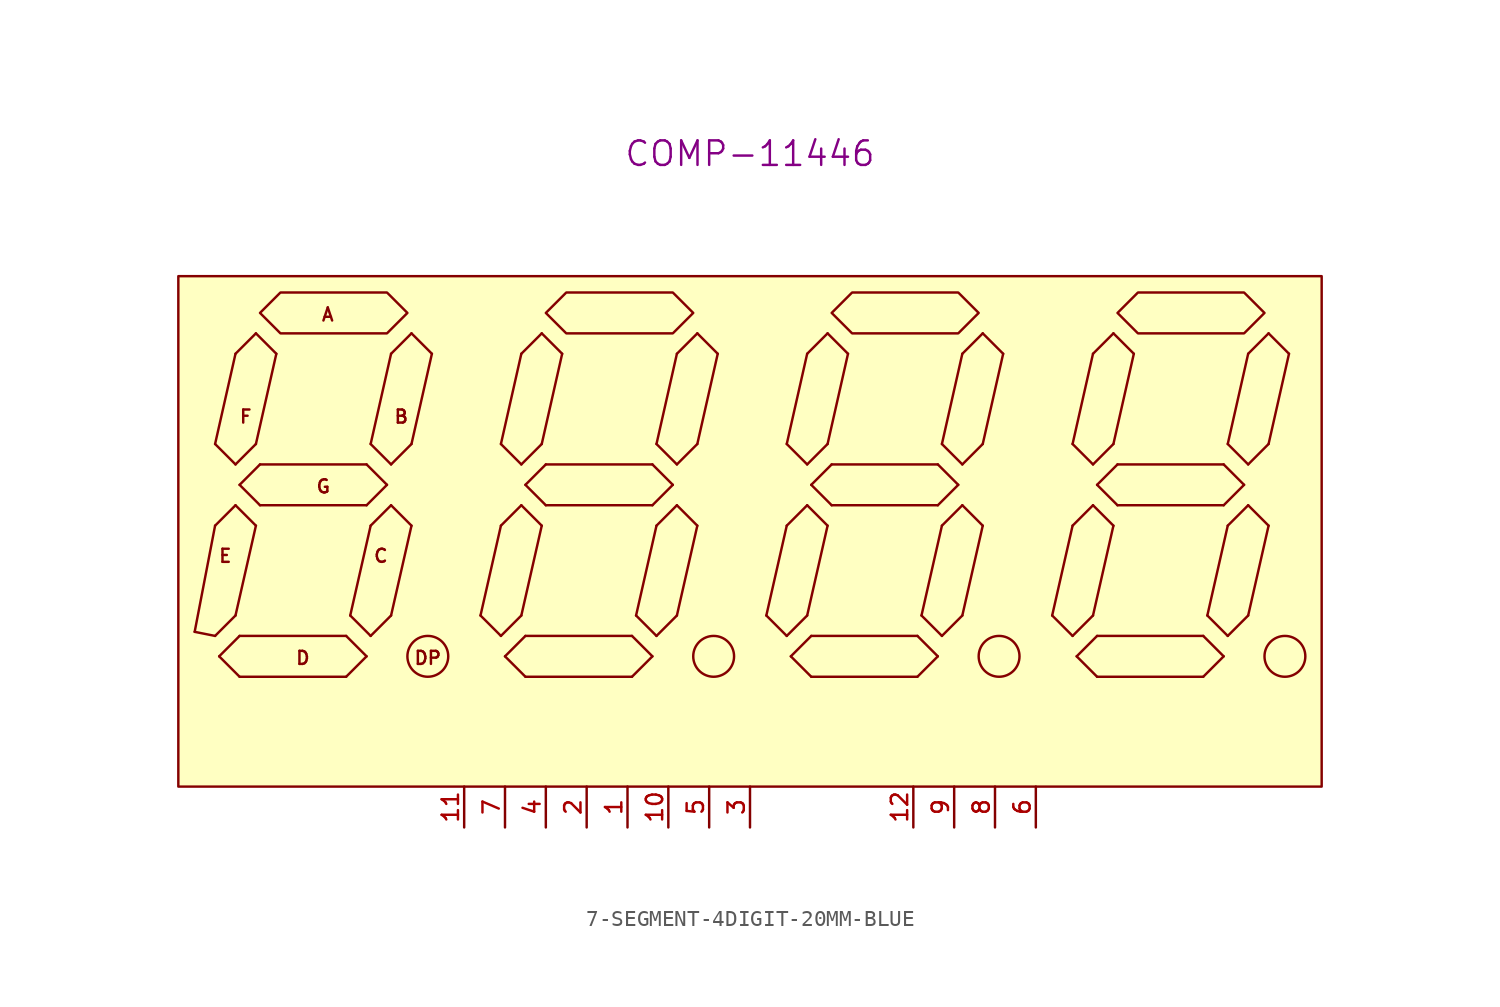
<source format=kicad_sym>
(kicad_symbol_lib
  (version 20211014)
  (generator kicad_symbol_editor)
  (symbol "7-SEGMENT-4DIGIT-20MM-BLUE"
    (pin_names
      (offset 1.016) hide)
    (property "Reference" "DISP"
      (at 0 20.32 0)
      (effects (font (size 1.143 1.143)) hide))
    (property "Field4" "COMP-11446"
      (at 0 24.13 0)
      (effects (font (size 1.524 1.524))))
    (property "ki_locked" ""
      (at 0 0 0)
      (effects (font (size 1.27 1.27))))
    (symbol "7-SEGMENT-4DIGIT-20MM-BLUE_1_0"
      (polyline (pts (xy -34.544 -5.613) (xy -33.274 -5.867)) (stroke (width 0) (type default) (color 0 0 0 0)) (fill (type none)))
      (polyline (pts (xy -33.274 -5.867) (xy -32.004 -4.597)) (stroke (width 0) (type default) (color 0 0 0 0)) (fill (type none)))
      (polyline (pts (xy -33.274 0.991) (xy -34.544 -5.613)) (stroke (width 0) (type default) (color 0 0 0 0)) (fill (type none)))
      (polyline (pts (xy -33.274 6.071) (xy -32.004 4.801)) (stroke (width 0) (type default) (color 0 0 0 0)) (fill (type none)))
      (polyline (pts (xy -33.02 -7.137) (xy -31.75 -8.407)) (stroke (width 0) (type default) (color 0 0 0 0)) (fill (type none)))
      (polyline (pts (xy -33.02 -7.137) (xy -31.75 -5.867)) (stroke (width 0) (type default) (color 0 0 0 0)) (fill (type none)))
      (polyline (pts (xy -32.004 -4.597) (xy -30.734 0.991)) (stroke (width 0) (type default) (color 0 0 0 0)) (fill (type none)))
      (polyline (pts (xy -32.004 2.261) (xy -33.274 0.991)) (stroke (width 0) (type default) (color 0 0 0 0)) (fill (type none)))
      (polyline (pts (xy -32.004 2.261) (xy -30.734 0.991)) (stroke (width 0) (type default) (color 0 0 0 0)) (fill (type none)))
      (polyline (pts (xy -32.004 4.801) (xy -30.734 6.071)) (stroke (width 0) (type default) (color 0 0 0 0)) (fill (type none)))
      (polyline (pts (xy -32.004 11.684) (xy -33.274 6.071)) (stroke (width 0) (type default) (color 0 0 0 0)) (fill (type none)))
      (polyline (pts (xy -31.75 -8.407) (xy -25.121 -8.407)) (stroke (width 0) (type default) (color 0 0 0 0)) (fill (type none)))
      (polyline (pts (xy -31.75 3.531) (xy -30.48 2.261)) (stroke (width 0) (type default) (color 0 0 0 0)) (fill (type none)))
      (polyline (pts (xy -31.75 3.531) (xy -30.48 4.801)) (stroke (width 0) (type default) (color 0 0 0 0)) (fill (type none)))
      (polyline (pts (xy -30.734 6.071) (xy -29.464 11.684)) (stroke (width 0) (type default) (color 0 0 0 0)) (fill (type none)))
      (polyline (pts (xy -30.734 12.954) (xy -32.004 11.684)) (stroke (width 0) (type default) (color 0 0 0 0)) (fill (type none)))
      (polyline (pts (xy -30.734 12.954) (xy -29.464 11.684)) (stroke (width 0) (type default) (color 0 0 0 0)) (fill (type none)))
      (polyline (pts (xy -30.48 2.261) (xy -23.851 2.261)) (stroke (width 0) (type default) (color 0 0 0 0)) (fill (type none)))
      (polyline (pts (xy -25.121 -8.407) (xy -23.851 -7.137)) (stroke (width 0) (type default) (color 0 0 0 0)) (fill (type none)))
      (polyline (pts (xy -25.121 -5.867) (xy -31.75 -5.867)) (stroke (width 0) (type default) (color 0 0 0 0)) (fill (type none)))
      (polyline (pts (xy -24.867 -4.597) (xy -23.597 -5.867)) (stroke (width 0) (type default) (color 0 0 0 0)) (fill (type none)))
      (polyline (pts (xy -23.851 -7.137) (xy -25.121 -5.867)) (stroke (width 0) (type default) (color 0 0 0 0)) (fill (type none)))
      (polyline (pts (xy -23.851 2.261) (xy -22.581 3.531)) (stroke (width 0) (type default) (color 0 0 0 0)) (fill (type none)))
      (polyline (pts (xy -23.851 4.801) (xy -30.48 4.801)) (stroke (width 0) (type default) (color 0 0 0 0)) (fill (type none)))
      (polyline (pts (xy -23.597 -5.867) (xy -22.327 -4.597)) (stroke (width 0) (type default) (color 0 0 0 0)) (fill (type none)))
      (polyline (pts (xy -23.597 0.991) (xy -24.867 -4.597)) (stroke (width 0) (type default) (color 0 0 0 0)) (fill (type none)))
      (polyline (pts (xy -23.597 6.071) (xy -22.327 4.801)) (stroke (width 0) (type default) (color 0 0 0 0)) (fill (type none)))
      (polyline (pts (xy -22.581 3.531) (xy -23.851 4.801)) (stroke (width 0) (type default) (color 0 0 0 0)) (fill (type none)))
      (polyline (pts (xy -22.327 -4.597) (xy -21.057 0.991)) (stroke (width 0) (type default) (color 0 0 0 0)) (fill (type none)))
      (polyline (pts (xy -22.327 2.261) (xy -23.597 0.991)) (stroke (width 0) (type default) (color 0 0 0 0)) (fill (type none)))
      (polyline (pts (xy -22.327 2.261) (xy -21.057 0.991)) (stroke (width 0) (type default) (color 0 0 0 0)) (fill (type none)))
      (polyline (pts (xy -22.327 4.801) (xy -21.057 6.071)) (stroke (width 0) (type default) (color 0 0 0 0)) (fill (type none)))
      (polyline (pts (xy -22.327 11.684) (xy -23.597 6.071)) (stroke (width 0) (type default) (color 0 0 0 0)) (fill (type none)))
      (polyline (pts (xy -21.057 6.071) (xy -19.787 11.684)) (stroke (width 0) (type default) (color 0 0 0 0)) (fill (type none)))
      (polyline (pts (xy -21.057 12.954) (xy -22.327 11.684)) (stroke (width 0) (type default) (color 0 0 0 0)) (fill (type none)))
      (polyline (pts (xy -21.057 12.954) (xy -19.787 11.684)) (stroke (width 0) (type default) (color 0 0 0 0)) (fill (type none)))
      (polyline (pts (xy -16.764 -4.597) (xy -15.494 -5.867)) (stroke (width 0) (type default) (color 0 0 0 0)) (fill (type none)))
      (polyline (pts (xy -15.494 -5.867) (xy -14.224 -4.597)) (stroke (width 0) (type default) (color 0 0 0 0)) (fill (type none)))
      (polyline (pts (xy -15.494 0.991) (xy -16.764 -4.597)) (stroke (width 0) (type default) (color 0 0 0 0)) (fill (type none)))
      (polyline (pts (xy -15.494 6.071) (xy -14.224 4.801)) (stroke (width 0) (type default) (color 0 0 0 0)) (fill (type none)))
      (polyline (pts (xy -15.24 -7.137) (xy -13.97 -8.407)) (stroke (width 0) (type default) (color 0 0 0 0)) (fill (type none)))
      (polyline (pts (xy -15.24 -7.137) (xy -13.97 -5.867)) (stroke (width 0) (type default) (color 0 0 0 0)) (fill (type none)))
      (polyline (pts (xy -14.224 -4.597) (xy -12.954 0.991)) (stroke (width 0) (type default) (color 0 0 0 0)) (fill (type none)))
      (polyline (pts (xy -14.224 2.261) (xy -15.494 0.991)) (stroke (width 0) (type default) (color 0 0 0 0)) (fill (type none)))
      (polyline (pts (xy -14.224 2.261) (xy -12.954 0.991)) (stroke (width 0) (type default) (color 0 0 0 0)) (fill (type none)))
      (polyline (pts (xy -14.224 4.801) (xy -12.954 6.071)) (stroke (width 0) (type default) (color 0 0 0 0)) (fill (type none)))
      (polyline (pts (xy -14.224 11.684) (xy -15.494 6.071)) (stroke (width 0) (type default) (color 0 0 0 0)) (fill (type none)))
      (polyline (pts (xy -13.97 -8.407) (xy -7.341 -8.407)) (stroke (width 0) (type default) (color 0 0 0 0)) (fill (type none)))
      (polyline (pts (xy -13.97 3.531) (xy -12.7 2.261)) (stroke (width 0) (type default) (color 0 0 0 0)) (fill (type none)))
      (polyline (pts (xy -13.97 3.531) (xy -12.7 4.801)) (stroke (width 0) (type default) (color 0 0 0 0)) (fill (type none)))
      (polyline (pts (xy -12.954 6.071) (xy -11.684 11.684)) (stroke (width 0) (type default) (color 0 0 0 0)) (fill (type none)))
      (polyline (pts (xy -12.954 12.954) (xy -14.224 11.684)) (stroke (width 0) (type default) (color 0 0 0 0)) (fill (type none)))
      (polyline (pts (xy -12.954 12.954) (xy -11.684 11.684)) (stroke (width 0) (type default) (color 0 0 0 0)) (fill (type none)))
      (polyline (pts (xy -12.7 2.261) (xy -6.071 2.261)) (stroke (width 0) (type default) (color 0 0 0 0)) (fill (type none)))
      (polyline (pts (xy -7.341 -8.407) (xy -6.071 -7.137)) (stroke (width 0) (type default) (color 0 0 0 0)) (fill (type none)))
      (polyline (pts (xy -7.341 -5.867) (xy -13.97 -5.867)) (stroke (width 0) (type default) (color 0 0 0 0)) (fill (type none)))
      (polyline (pts (xy -7.087 -4.597) (xy -5.817 -5.867)) (stroke (width 0) (type default) (color 0 0 0 0)) (fill (type none)))
      (polyline (pts (xy -6.071 -7.137) (xy -7.341 -5.867)) (stroke (width 0) (type default) (color 0 0 0 0)) (fill (type none)))
      (polyline (pts (xy -6.071 2.261) (xy -4.801 3.531)) (stroke (width 0) (type default) (color 0 0 0 0)) (fill (type none)))
      (polyline (pts (xy -6.071 4.801) (xy -12.7 4.801)) (stroke (width 0) (type default) (color 0 0 0 0)) (fill (type none)))
      (polyline (pts (xy -5.817 -5.867) (xy -4.547 -4.597)) (stroke (width 0) (type default) (color 0 0 0 0)) (fill (type none)))
      (polyline (pts (xy -5.817 0.991) (xy -7.087 -4.597)) (stroke (width 0) (type default) (color 0 0 0 0)) (fill (type none)))
      (polyline (pts (xy -5.817 6.071) (xy -4.547 4.801)) (stroke (width 0) (type default) (color 0 0 0 0)) (fill (type none)))
      (polyline (pts (xy -4.801 3.531) (xy -6.071 4.801)) (stroke (width 0) (type default) (color 0 0 0 0)) (fill (type none)))
      (polyline (pts (xy -4.547 -4.597) (xy -3.277 0.991)) (stroke (width 0) (type default) (color 0 0 0 0)) (fill (type none)))
      (polyline (pts (xy -4.547 2.261) (xy -5.817 0.991)) (stroke (width 0) (type default) (color 0 0 0 0)) (fill (type none)))
      (polyline (pts (xy -4.547 2.261) (xy -3.277 0.991)) (stroke (width 0) (type default) (color 0 0 0 0)) (fill (type none)))
      (polyline (pts (xy -4.547 4.801) (xy -3.277 6.071)) (stroke (width 0) (type default) (color 0 0 0 0)) (fill (type none)))
      (polyline (pts (xy -4.547 11.684) (xy -5.817 6.071)) (stroke (width 0) (type default) (color 0 0 0 0)) (fill (type none)))
      (polyline (pts (xy -3.277 6.071) (xy -2.007 11.684)) (stroke (width 0) (type default) (color 0 0 0 0)) (fill (type none)))
      (polyline (pts (xy -3.277 12.954) (xy -4.547 11.684)) (stroke (width 0) (type default) (color 0 0 0 0)) (fill (type none)))
      (polyline (pts (xy -3.277 12.954) (xy -2.007 11.684)) (stroke (width 0) (type default) (color 0 0 0 0)) (fill (type none)))
      (polyline (pts (xy 1.016 -4.597) (xy 2.286 -5.867)) (stroke (width 0) (type default) (color 0 0 0 0)) (fill (type none)))
      (polyline (pts (xy 2.286 -5.867) (xy 3.556 -4.597)) (stroke (width 0) (type default) (color 0 0 0 0)) (fill (type none)))
      (polyline (pts (xy 2.286 0.991) (xy 1.016 -4.597)) (stroke (width 0) (type default) (color 0 0 0 0)) (fill (type none)))
      (polyline (pts (xy 2.286 6.071) (xy 3.556 4.801)) (stroke (width 0) (type default) (color 0 0 0 0)) (fill (type none)))
      (polyline (pts (xy 2.54 -7.137) (xy 3.81 -8.407)) (stroke (width 0) (type default) (color 0 0 0 0)) (fill (type none)))
      (polyline (pts (xy 2.54 -7.137) (xy 3.81 -5.867)) (stroke (width 0) (type default) (color 0 0 0 0)) (fill (type none)))
      (polyline (pts (xy 3.556 -4.597) (xy 4.826 0.991)) (stroke (width 0) (type default) (color 0 0 0 0)) (fill (type none)))
      (polyline (pts (xy 3.556 2.261) (xy 2.286 0.991)) (stroke (width 0) (type default) (color 0 0 0 0)) (fill (type none)))
      (polyline (pts (xy 3.556 2.261) (xy 4.826 0.991)) (stroke (width 0) (type default) (color 0 0 0 0)) (fill (type none)))
      (polyline (pts (xy 3.556 4.801) (xy 4.826 6.071)) (stroke (width 0) (type default) (color 0 0 0 0)) (fill (type none)))
      (polyline (pts (xy 3.556 11.684) (xy 2.286 6.071)) (stroke (width 0) (type default) (color 0 0 0 0)) (fill (type none)))
      (polyline (pts (xy 3.81 -8.407) (xy 10.414 -8.407)) (stroke (width 0) (type default) (color 0 0 0 0)) (fill (type none)))
      (polyline (pts (xy 3.81 3.531) (xy 5.08 2.261)) (stroke (width 0) (type default) (color 0 0 0 0)) (fill (type none)))
      (polyline (pts (xy 3.81 3.531) (xy 5.08 4.801)) (stroke (width 0) (type default) (color 0 0 0 0)) (fill (type none)))
      (polyline (pts (xy 4.826 6.071) (xy 6.096 11.684)) (stroke (width 0) (type default) (color 0 0 0 0)) (fill (type none)))
      (polyline (pts (xy 4.826 12.954) (xy 3.556 11.684)) (stroke (width 0) (type default) (color 0 0 0 0)) (fill (type none)))
      (polyline (pts (xy 4.826 12.954) (xy 6.096 11.684)) (stroke (width 0) (type default) (color 0 0 0 0)) (fill (type none)))
      (polyline (pts (xy 5.08 2.261) (xy 11.684 2.261)) (stroke (width 0) (type default) (color 0 0 0 0)) (fill (type none)))
      (polyline (pts (xy 10.414 -8.407) (xy 11.684 -7.137)) (stroke (width 0) (type default) (color 0 0 0 0)) (fill (type none)))
      (polyline (pts (xy 10.414 -5.867) (xy 3.81 -5.867)) (stroke (width 0) (type default) (color 0 0 0 0)) (fill (type none)))
      (polyline (pts (xy 10.668 -4.597) (xy 11.938 -5.867)) (stroke (width 0) (type default) (color 0 0 0 0)) (fill (type none)))
      (polyline (pts (xy 11.684 -7.137) (xy 10.414 -5.867)) (stroke (width 0) (type default) (color 0 0 0 0)) (fill (type none)))
      (polyline (pts (xy 11.684 2.261) (xy 12.954 3.531)) (stroke (width 0) (type default) (color 0 0 0 0)) (fill (type none)))
      (polyline (pts (xy 11.684 4.801) (xy 5.08 4.801)) (stroke (width 0) (type default) (color 0 0 0 0)) (fill (type none)))
      (polyline (pts (xy 11.938 -5.867) (xy 13.208 -4.597)) (stroke (width 0) (type default) (color 0 0 0 0)) (fill (type none)))
      (polyline (pts (xy 11.938 0.991) (xy 10.668 -4.597)) (stroke (width 0) (type default) (color 0 0 0 0)) (fill (type none)))
      (polyline (pts (xy 11.938 6.071) (xy 13.208 4.801)) (stroke (width 0) (type default) (color 0 0 0 0)) (fill (type none)))
      (polyline (pts (xy 12.954 3.531) (xy 11.684 4.801)) (stroke (width 0) (type default) (color 0 0 0 0)) (fill (type none)))
      (polyline (pts (xy 13.208 -4.597) (xy 14.478 0.991)) (stroke (width 0) (type default) (color 0 0 0 0)) (fill (type none)))
      (polyline (pts (xy 13.208 2.261) (xy 11.938 0.991)) (stroke (width 0) (type default) (color 0 0 0 0)) (fill (type none)))
      (polyline (pts (xy 13.208 2.261) (xy 14.478 0.991)) (stroke (width 0) (type default) (color 0 0 0 0)) (fill (type none)))
      (polyline (pts (xy 13.208 4.801) (xy 14.478 6.071)) (stroke (width 0) (type default) (color 0 0 0 0)) (fill (type none)))
      (polyline (pts (xy 13.208 11.684) (xy 11.938 6.071)) (stroke (width 0) (type default) (color 0 0 0 0)) (fill (type none)))
      (polyline (pts (xy 14.478 6.071) (xy 15.748 11.684)) (stroke (width 0) (type default) (color 0 0 0 0)) (fill (type none)))
      (polyline (pts (xy 14.478 12.954) (xy 13.208 11.684)) (stroke (width 0) (type default) (color 0 0 0 0)) (fill (type none)))
      (polyline (pts (xy 14.478 12.954) (xy 15.748 11.684)) (stroke (width 0) (type default) (color 0 0 0 0)) (fill (type none)))
      (polyline (pts (xy 18.796 -4.597) (xy 20.066 -5.867)) (stroke (width 0) (type default) (color 0 0 0 0)) (fill (type none)))
      (polyline (pts (xy 20.066 -5.867) (xy 21.336 -4.597)) (stroke (width 0) (type default) (color 0 0 0 0)) (fill (type none)))
      (polyline (pts (xy 20.066 0.991) (xy 18.796 -4.597)) (stroke (width 0) (type default) (color 0 0 0 0)) (fill (type none)))
      (polyline (pts (xy 20.066 6.071) (xy 21.336 4.801)) (stroke (width 0) (type default) (color 0 0 0 0)) (fill (type none)))
      (polyline (pts (xy 20.32 -7.137) (xy 21.59 -8.407)) (stroke (width 0) (type default) (color 0 0 0 0)) (fill (type none)))
      (polyline (pts (xy 20.32 -7.137) (xy 21.59 -5.867)) (stroke (width 0) (type default) (color 0 0 0 0)) (fill (type none)))
      (polyline (pts (xy 21.336 -4.597) (xy 22.606 0.991)) (stroke (width 0) (type default) (color 0 0 0 0)) (fill (type none)))
      (polyline (pts (xy 21.336 2.261) (xy 20.066 0.991)) (stroke (width 0) (type default) (color 0 0 0 0)) (fill (type none)))
      (polyline (pts (xy 21.336 2.261) (xy 22.606 0.991)) (stroke (width 0) (type default) (color 0 0 0 0)) (fill (type none)))
      (polyline (pts (xy 21.336 4.801) (xy 22.606 6.071)) (stroke (width 0) (type default) (color 0 0 0 0)) (fill (type none)))
      (polyline (pts (xy 21.336 11.684) (xy 20.066 6.071)) (stroke (width 0) (type default) (color 0 0 0 0)) (fill (type none)))
      (polyline (pts (xy 21.59 -8.407) (xy 28.194 -8.407)) (stroke (width 0) (type default) (color 0 0 0 0)) (fill (type none)))
      (polyline (pts (xy 21.59 3.531) (xy 22.86 2.261)) (stroke (width 0) (type default) (color 0 0 0 0)) (fill (type none)))
      (polyline (pts (xy 21.59 3.531) (xy 22.86 4.801)) (stroke (width 0) (type default) (color 0 0 0 0)) (fill (type none)))
      (polyline (pts (xy 22.606 6.071) (xy 23.876 11.684)) (stroke (width 0) (type default) (color 0 0 0 0)) (fill (type none)))
      (polyline (pts (xy 22.606 12.954) (xy 21.336 11.684)) (stroke (width 0) (type default) (color 0 0 0 0)) (fill (type none)))
      (polyline (pts (xy 22.606 12.954) (xy 23.876 11.684)) (stroke (width 0) (type default) (color 0 0 0 0)) (fill (type none)))
      (polyline (pts (xy 22.86 2.261) (xy 29.464 2.261)) (stroke (width 0) (type default) (color 0 0 0 0)) (fill (type none)))
      (polyline (pts (xy 28.194 -8.407) (xy 29.464 -7.137)) (stroke (width 0) (type default) (color 0 0 0 0)) (fill (type none)))
      (polyline (pts (xy 28.194 -5.867) (xy 21.59 -5.867)) (stroke (width 0) (type default) (color 0 0 0 0)) (fill (type none)))
      (polyline (pts (xy 28.448 -4.597) (xy 29.718 -5.867)) (stroke (width 0) (type default) (color 0 0 0 0)) (fill (type none)))
      (polyline (pts (xy 29.464 -7.137) (xy 28.194 -5.867)) (stroke (width 0) (type default) (color 0 0 0 0)) (fill (type none)))
      (polyline (pts (xy 29.464 2.261) (xy 30.734 3.531)) (stroke (width 0) (type default) (color 0 0 0 0)) (fill (type none)))
      (polyline (pts (xy 29.464 4.801) (xy 22.86 4.801)) (stroke (width 0) (type default) (color 0 0 0 0)) (fill (type none)))
      (polyline (pts (xy 29.718 -5.867) (xy 30.988 -4.597)) (stroke (width 0) (type default) (color 0 0 0 0)) (fill (type none)))
      (polyline (pts (xy 29.718 0.991) (xy 28.448 -4.597)) (stroke (width 0) (type default) (color 0 0 0 0)) (fill (type none)))
      (polyline (pts (xy 29.718 6.071) (xy 30.988 4.801)) (stroke (width 0) (type default) (color 0 0 0 0)) (fill (type none)))
      (polyline (pts (xy 30.734 3.531) (xy 29.464 4.801)) (stroke (width 0) (type default) (color 0 0 0 0)) (fill (type none)))
      (polyline (pts (xy 30.988 -4.597) (xy 32.258 0.991)) (stroke (width 0) (type default) (color 0 0 0 0)) (fill (type none)))
      (polyline (pts (xy 30.988 2.261) (xy 29.718 0.991)) (stroke (width 0) (type default) (color 0 0 0 0)) (fill (type none)))
      (polyline (pts (xy 30.988 2.261) (xy 32.258 0.991)) (stroke (width 0) (type default) (color 0 0 0 0)) (fill (type none)))
      (polyline (pts (xy 30.988 4.801) (xy 32.258 6.071)) (stroke (width 0) (type default) (color 0 0 0 0)) (fill (type none)))
      (polyline (pts (xy 30.988 11.684) (xy 29.718 6.071)) (stroke (width 0) (type default) (color 0 0 0 0)) (fill (type none)))
      (polyline (pts (xy 32.258 6.071) (xy 33.528 11.684)) (stroke (width 0) (type default) (color 0 0 0 0)) (fill (type none)))
      (polyline (pts (xy 32.258 12.954) (xy 30.988 11.684)) (stroke (width 0) (type default) (color 0 0 0 0)) (fill (type none)))
      (polyline (pts (xy 32.258 12.954) (xy 33.528 11.684)) (stroke (width 0) (type default) (color 0 0 0 0)) (fill (type none)))
      (text "A" (at -26.264 14.122 0) (effects (font (size 0.813 0.813))))
      (text "B" (at -21.692 7.772 0) (effects (font (size 0.813 0.813))))
      (text "C" (at -22.962 -0.889 0) (effects (font (size 0.813 0.813))))
      (text "D" (at -27.813 -7.239 0) (effects (font (size 0.813 0.813))))
      (text "DP" (at -20.041 -7.239 0) (effects (font (size 0.813 0.813))))
      (text "E" (at -32.639 -0.889 0) (effects (font (size 0.813 0.813))))
      (text "F" (at -31.369 7.772 0) (effects (font (size 0.813 0.813))))
      (text "G" (at -26.543 3.429 0) (effects (font (size 0.813 0.813)))))
    (symbol "7-SEGMENT-4DIGIT-20MM-BLUE_1_1"
      (circle (center -20.041 -7.137) (radius 1.27) (stroke (width 0) (type default) (color 0 0 0 0)) (fill (type none)))
      (circle (center -2.261 -7.137) (radius 1.27) (stroke (width 0) (type default) (color 0 0 0 0)) (fill (type none)))
      (polyline (pts (xy -35.56 16.51) (xy 35.56 16.51) (xy 35.56 -15.24) (xy -35.56 -15.24) (xy -35.56 16.51)) (stroke (width 0) (type default) (color 0 0 0 0)) (fill (type background)))
      (polyline (pts (xy -22.581 15.494) (xy -21.311 14.224) (xy -22.581 12.954) (xy -29.21 12.954) (xy -30.48 14.224) (xy -29.21 15.494) (xy -22.581 15.494)) (stroke (width 0) (type default) (color 0 0 0 0)) (fill (type background)))
      (polyline (pts (xy -4.801 15.494) (xy -3.531 14.224) (xy -4.801 12.954) (xy -11.43 12.954) (xy -12.7 14.224) (xy -11.43 15.494) (xy -4.801 15.494)) (stroke (width 0) (type default) (color 0 0 0 0)) (fill (type background)))
      (polyline (pts (xy 12.954 15.494) (xy 14.224 14.224) (xy 12.954 12.954) (xy 6.35 12.954) (xy 5.08 14.224) (xy 6.35 15.494) (xy 12.954 15.494)) (stroke (width 0) (type default) (color 0 0 0 0)) (fill (type background)))
      (polyline (pts (xy 30.734 15.494) (xy 32.004 14.224) (xy 30.734 12.954) (xy 24.13 12.954) (xy 22.86 14.224) (xy 24.13 15.494) (xy 30.734 15.494)) (stroke (width 0) (type default) (color 0 0 0 0)) (fill (type background)))
      (circle (center 15.494 -7.137) (radius 1.27) (stroke (width 0) (type default) (color 0 0 0 0)) (fill (type none)))
      (circle (center 33.274 -7.137) (radius 1.27) (stroke (width 0) (type default) (color 0 0 0 0)) (fill (type none)))
      (pin bidirectional line (at -7.62 -17.78 90) (length 2.54) (name "E" (effects (font (size 1.016 1.016)))) (number "1" (effects (font (size 1.016 1.016)))))
      (pin bidirectional line (at -5.08 -17.78 90) (length 2.54) (name "F" (effects (font (size 1.016 1.016)))) (number "10" (effects (font (size 1.016 1.016)))))
      (pin bidirectional line (at -17.78 -17.78 90) (length 2.54) (name "A" (effects (font (size 1.016 1.016)))) (number "11" (effects (font (size 1.016 1.016)))))
      (pin bidirectional line (at 10.16 -17.78 90) (length 2.54) (name "D1" (effects (font (size 1.016 1.016)))) (number "12" (effects (font (size 1.016 1.016)))))
      (pin bidirectional line (at -10.16 -17.78 90) (length 2.54) (name "D" (effects (font (size 1.016 1.016)))) (number "2" (effects (font (size 1.016 1.016)))))
      (pin bidirectional line (at 0 -17.78 90) (length 2.54) (name "DP" (effects (font (size 1.016 1.016)))) (number "3" (effects (font (size 1.016 1.016)))))
      (pin bidirectional line (at -12.7 -17.78 90) (length 2.54) (name "C" (effects (font (size 1.016 1.016)))) (number "4" (effects (font (size 1.016 1.016)))))
      (pin bidirectional line (at -2.54 -17.78 90) (length 2.54) (name "G" (effects (font (size 1.016 1.016)))) (number "5" (effects (font (size 1.016 1.016)))))
      (pin bidirectional line (at 17.78 -17.78 90) (length 2.54) (name "D4" (effects (font (size 1.016 1.016)))) (number "6" (effects (font (size 1.016 1.016)))))
      (pin bidirectional line (at -15.24 -17.78 90) (length 2.54) (name "B" (effects (font (size 1.016 1.016)))) (number "7" (effects (font (size 1.016 1.016)))))
      (pin bidirectional line (at 15.24 -17.78 90) (length 2.54) (name "D3" (effects (font (size 1.016 1.016)))) (number "8" (effects (font (size 1.016 1.016)))))
      (pin bidirectional line (at 12.7 -17.78 90) (length 2.54) (name "D2" (effects (font (size 1.016 1.016)))) (number "9" (effects (font (size 1.016 1.016))))))))
</source>
